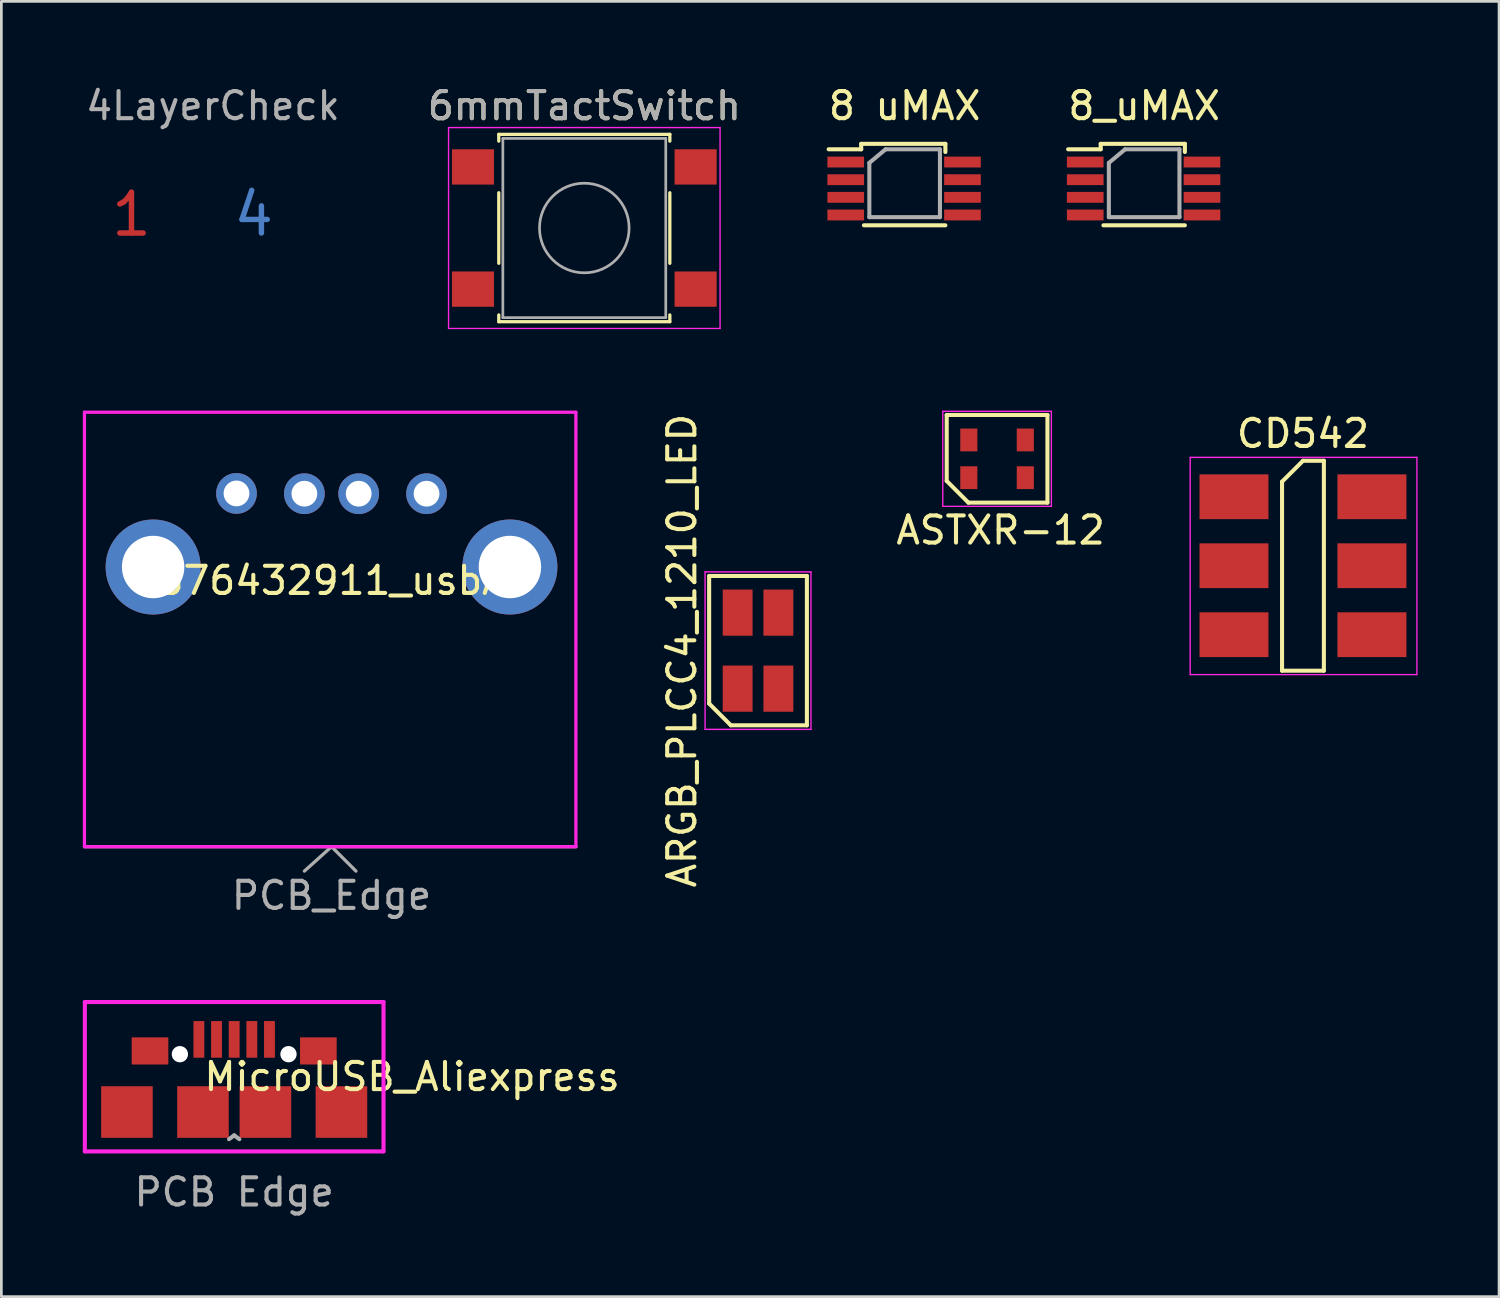
<source format=kicad_pcb>
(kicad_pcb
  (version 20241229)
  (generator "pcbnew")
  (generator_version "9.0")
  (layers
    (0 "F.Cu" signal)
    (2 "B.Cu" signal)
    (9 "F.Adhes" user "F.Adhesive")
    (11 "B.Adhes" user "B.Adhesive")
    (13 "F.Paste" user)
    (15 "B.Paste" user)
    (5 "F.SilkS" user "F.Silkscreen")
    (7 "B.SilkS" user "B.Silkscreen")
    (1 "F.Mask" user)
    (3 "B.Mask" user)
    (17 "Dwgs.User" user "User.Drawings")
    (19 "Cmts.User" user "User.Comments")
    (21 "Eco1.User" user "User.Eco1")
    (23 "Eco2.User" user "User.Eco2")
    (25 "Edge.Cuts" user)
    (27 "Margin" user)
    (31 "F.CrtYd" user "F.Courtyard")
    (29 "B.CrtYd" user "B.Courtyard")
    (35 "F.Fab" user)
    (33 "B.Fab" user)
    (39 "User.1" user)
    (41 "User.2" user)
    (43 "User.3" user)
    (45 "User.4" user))
  (footprint "ASTXR-12"
    (layer "F.Cu")
    (at 33.672 13.848)
    (property "Reference" "ASTXR-12" (at 0.13 2.63 180) (layer "F.SilkS") (effects (font (size 1 1) (thickness 0.15))))
    (attr smd)
    (fp_line (start -1.855 -1.615) (end 1.855 -1.615) (stroke (width 0.15) (type solid)) (layer "F.SilkS"))
    (fp_line (start -1.855 0.815) (end -1.855 -1.615) (stroke (width 0.15) (type solid)) (layer "F.SilkS"))
    (fp_line (start -1.055 1.615) (end -1.855 0.815) (stroke (width 0.15) (type solid)) (layer "F.SilkS"))
    (fp_line (start 1.855 -1.615) (end 1.855 1.615) (stroke (width 0.15) (type solid)) (layer "F.SilkS"))
    (fp_line (start 1.855 1.615) (end -1.055 1.615) (stroke (width 0.15) (type solid)) (layer "F.SilkS"))
    (fp_line (start -2 -1.75) (end 2 -1.75) (stroke (width 0.05) (type solid)) (layer "F.CrtYd"))
    (fp_line (start -2 1.75) (end -2 -1.75) (stroke (width 0.05) (type solid)) (layer "F.CrtYd"))
    (fp_line (start 2 -1.75) (end 2 1.75) (stroke (width 0.05) (type solid)) (layer "F.CrtYd"))
    (fp_line (start 2 1.75) (end -2 1.75) (stroke (width 0.05) (type solid)) (layer "F.CrtYd"))
    (pad "1" smd rect (at -1.04 0.695) (size 0.63 0.84) (layers "F.Cu" "F.Mask" "F.Paste"))
    (pad "3" smd rect (at 1.04 0.695) (size 0.63 0.84) (layers "F.Cu" "F.Mask" "F.Paste"))
    (pad "4" smd rect (at 1.04 -0.695) (size 0.63 0.84) (layers "F.Cu" "F.Mask" "F.Paste"))
    (pad "6" smd rect (at -1.04 -0.695) (size 0.63 0.84) (layers "F.Cu" "F.Mask" "F.Paste")))
  (footprint "6mmTactSwitch"
    (layer "F.Cu")
    (at 18.47 5.348)
    (property "Reference" "6mmTactSwitch" (at 0 -4.5 0) (layer "F.SilkS") (effects (font (size 1 1) (thickness 0.15))))
    (attr smd)
    (fp_line (start -3.15 -3.45) (end 3.15 -3.45) (stroke (width 0.12) (type solid)) (layer "F.SilkS"))
    (fp_line (start -3.15 -3.2) (end -3.15 -3.45) (stroke (width 0.12) (type solid)) (layer "F.SilkS"))
    (fp_line (start -3.15 1.3) (end -3.15 -1.3) (stroke (width 0.12) (type solid)) (layer "F.SilkS"))
    (fp_line (start -3.15 3.45) (end -3.15 3.2) (stroke (width 0.12) (type solid)) (layer "F.SilkS"))
    (fp_line (start 3.15 -3.45) (end 3.15 -3.2) (stroke (width 0.12) (type solid)) (layer "F.SilkS"))
    (fp_line (start 3.15 -1.3) (end 3.15 1.3) (stroke (width 0.12) (type solid)) (layer "F.SilkS"))
    (fp_line (start 3.15 3.2) (end 3.15 3.45) (stroke (width 0.12) (type solid)) (layer "F.SilkS"))
    (fp_line (start 3.15 3.45) (end -3.15 3.45) (stroke (width 0.12) (type solid)) (layer "F.SilkS"))
    (fp_line (start -5 -3.7) (end -5 3.7) (stroke (width 0.05) (type solid)) (layer "F.CrtYd"))
    (fp_line (start -5 3.7) (end 5 3.7) (stroke (width 0.05) (type solid)) (layer "F.CrtYd"))
    (fp_line (start 5 -3.7) (end -5 -3.7) (stroke (width 0.05) (type solid)) (layer "F.CrtYd"))
    (fp_line (start 5 3.7) (end 5 -3.7) (stroke (width 0.05) (type solid)) (layer "F.CrtYd"))
    (fp_line (start -3 -3.3) (end 3 -3.3) (stroke (width 0.1) (type solid)) (layer "F.Fab"))
    (fp_line (start -3 3.3) (end -3 -3.3) (stroke (width 0.1) (type solid)) (layer "F.Fab"))
    (fp_line (start 3 -3.3) (end 3 3.3) (stroke (width 0.1) (type solid)) (layer "F.Fab"))
    (fp_line (start 3 3.3) (end -3 3.3) (stroke (width 0.1) (type solid)) (layer "F.Fab"))
    (fp_circle (center 0 0) (end 1.65 0) (stroke (width 0.1) (type solid)) (fill no) (layer "F.Fab"))
    (fp_text user "${REFERENCE}" (at 0 -4.5 0) (layer "F.Fab") (effects (font (size 1 1) (thickness 0.15))))
    (pad "1" smd rect (at -4.1 -2.25) (size 1.55 1.3) (layers "F.Cu" "F.Mask" "F.Paste"))
    (pad "1" smd rect (at 4.1 -2.25) (size 1.55 1.3) (layers "F.Cu" "F.Mask" "F.Paste"))
    (pad "2" smd rect (at -4.1 2.25) (size 1.55 1.3) (layers "F.Cu" "F.Mask" "F.Paste"))
    (pad "2" smd rect (at 4.1 2.25) (size 1.55 1.3) (layers "F.Cu" "F.Mask" "F.Paste")))
  (footprint "676432911_usbA"
    (layer "F.Cu")
    (at 9.16 17.833)
    (property "Reference" "676432911_usbA" (at 0 0.5 0) (layer "F.SilkS") (effects (font (size 1 1) (thickness 0.15))))
    (attr through_hole)
    (fp_line (start -9.1 -5.7) (end -9.1 10.3) (stroke (width 0.12) (type solid)) (layer "F.CrtYd"))
    (fp_line (start 9 -5.7) (end -9.1 -5.7) (stroke (width 0.12) (type solid)) (layer "F.CrtYd"))
    (fp_line (start 9 10.3) (end -9.1 10.3) (stroke (width 0.12) (type solid)) (layer "F.CrtYd"))
    (fp_line (start 9 10.3) (end 9 -5.7) (stroke (width 0.12) (type solid)) (layer "F.CrtYd"))
    (fp_line (start -9.1 10.3) (end 9 10.3) (stroke (width 0.12) (type solid)) (layer "F.Fab"))
    (fp_line (start 0 10.3) (end -1 11.2) (stroke (width 0.12) (type solid)) (layer "F.Fab"))
    (fp_line (start 0 10.3) (end 0.9 11.2) (stroke (width 0.12) (type solid)) (layer "F.Fab"))
    (fp_text user "PCB_Edge" (at 0 12.1 0) (layer "F.Fab") (effects (font (size 1 1) (thickness 0.15))))
    (pad "1" thru_hole circle (at -3.5 -2.71) (size 1.5 1.5) (drill 0.95) (layers "*.Cu" "*.Mask"))
    (pad "2" thru_hole circle (at -1 -2.7) (size 1.5 1.5) (drill 0.95) (layers "*.Cu" "*.Mask"))
    (pad "3" thru_hole circle (at 1 -2.7) (size 1.5 1.5) (drill 0.95) (layers "*.Cu" "*.Mask"))
    (pad "4" thru_hole circle (at 3.5 -2.7) (size 1.5 1.5) (drill 0.95) (layers "*.Cu" "*.Mask"))
    (pad "5" thru_hole circle (at -6.57 0) (size 3.5 3.5) (drill 2.3) (layers "*.Cu" "*.Mask"))
    (pad "5" thru_hole circle (at 6.57 0) (size 3.5 3.5) (drill 2.3) (layers "*.Cu" "*.Mask")))
  (footprint "ARGB_PLCC4_1210_LED"
    (layer "F.Cu")
    (at 24.868 20.913)
    (property "Reference" "ARGB_PLCC4_1210_LED" (at -2.8 0 90) (layer "F.SilkS") (effects (font (size 1 1) (thickness 0.15))))
    (attr smd)
    (fp_line (start -1.8 -2.75) (end 1.8 -2.75) (stroke (width 0.15) (type solid)) (layer "F.SilkS"))
    (fp_line (start -1.8 1.95) (end -1.8 -2.75) (stroke (width 0.15) (type solid)) (layer "F.SilkS"))
    (fp_line (start -1 2.75) (end -1.8 1.95) (stroke (width 0.15) (type solid)) (layer "F.SilkS"))
    (fp_line (start 1.8 -2.75) (end 1.8 2.75) (stroke (width 0.15) (type solid)) (layer "F.SilkS"))
    (fp_line (start 1.8 2.75) (end -1 2.75) (stroke (width 0.15) (type solid)) (layer "F.SilkS"))
    (fp_line (start -1.95 -2.9) (end 1.95 -2.9) (stroke (width 0.05) (type solid)) (layer "F.CrtYd"))
    (fp_line (start -1.95 2.9) (end -1.95 -2.9) (stroke (width 0.05) (type solid)) (layer "F.CrtYd"))
    (fp_line (start 1.95 -2.9) (end 1.95 2.9) (stroke (width 0.05) (type solid)) (layer "F.CrtYd"))
    (fp_line (start 1.95 2.9) (end -1.95 2.9) (stroke (width 0.05) (type solid)) (layer "F.CrtYd"))
    (pad "1" smd rect (at -0.75 1.4) (size 1.1 1.7) (layers "F.Cu" "F.Mask" "F.Paste"))
    (pad "2" smd rect (at 0.75 1.4) (size 1.1 1.7) (layers "F.Cu" "F.Mask" "F.Paste"))
    (pad "3" smd rect (at 0.75 -1.4) (size 1.1 1.7) (layers "F.Cu" "F.Mask" "F.Paste"))
    (pad "4" smd rect (at -0.75 -1.4) (size 1.1 1.7) (layers "F.Cu" "F.Mask" "F.Paste")))
  (footprint "CD542"
    (layer "F.Cu")
    (at 45.035 17.195)
    (property "Reference" "CD542" (at -0.097 -4.274 0) (layer "F.SilkS") (effects (font (size 1 1) (thickness 0.15))))
    (attr smd)
    (fp_line (start -0.867 -2.504) (end -0.097 -3.274) (stroke (width 0.15) (type solid)) (layer "F.SilkS"))
    (fp_line (start -0.867 4.456) (end -0.867 -2.504) (stroke (width 0.15) (type solid)) (layer "F.SilkS"))
    (fp_line (start -0.097 -3.274) (end 0.673 -3.274) (stroke (width 0.15) (type solid)) (layer "F.SilkS"))
    (fp_line (start 0.673 -3.274) (end 0.673 4.456) (stroke (width 0.15) (type solid)) (layer "F.SilkS"))
    (fp_line (start 0.673 4.456) (end -0.867 4.456) (stroke (width 0.15) (type solid)) (layer "F.SilkS"))
    (fp_line (start -4.25 4.6) (end -4.25 -3.4) (stroke (width 0.05) (type solid)) (layer "F.CrtYd"))
    (fp_line (start 4.1 -3.4) (end -4.25 -3.4) (stroke (width 0.05) (type solid)) (layer "F.CrtYd"))
    (fp_line (start 4.1 -3.4) (end 4.1 4.6) (stroke (width 0.05) (type solid)) (layer "F.CrtYd"))
    (fp_line (start 4.1 4.6) (end -4.25 4.6) (stroke (width 0.05) (type solid)) (layer "F.CrtYd"))
    (pad "1" smd rect (at -2.637 -1.949 270) (size 1.65 2.54) (layers "F.Cu" "F.Mask" "F.Paste"))
    (pad "2" smd rect (at -2.637 0.591 270) (size 1.65 2.54) (layers "F.Cu" "F.Mask" "F.Paste"))
    (pad "3" smd rect (at -2.637 3.131 270) (size 1.65 2.54) (layers "F.Cu" "F.Mask" "F.Paste"))
    (pad "4" smd rect (at 2.443 3.131 270) (size 1.65 2.54) (layers "F.Cu" "F.Mask" "F.Paste"))
    (pad "5" smd rect (at 2.443 0.591 270) (size 1.65 2.54) (layers "F.Cu" "F.Mask" "F.Paste"))
    (pad "6" smd rect (at 2.443 -1.949 270) (size 1.65 2.54) (layers "F.Cu" "F.Mask" "F.Paste")))
  (footprint "MicroUSB_Aliexpress"
    (layer "F.Cu")
    (at 5.575 39.356)
    (property "Reference" "MicroUSB_Aliexpress" (at 6.55 -2.75 0) (layer "F.SilkS") (effects (font (size 1 1) (thickness 0.15))))
    (attr through_hole)
    (fp_line (start -5.5 -5.5) (end 5.5 -5.5) (stroke (width 0.15) (type solid)) (layer "F.CrtYd"))
    (fp_line (start -5.5 0) (end -5.5 -5.5) (stroke (width 0.15) (type solid)) (layer "F.CrtYd"))
    (fp_line (start -5.5 0) (end 5.5 0) (stroke (width 0.15) (type solid)) (layer "F.CrtYd"))
    (fp_line (start 5.5 0) (end 5.5 -5.5) (stroke (width 0.15) (type solid)) (layer "F.CrtYd"))
    (fp_text user "PCB Edge" (at 0 1.5 0) (layer "F.Fab") (effects (font (size 1 1) (thickness 0.15))))
    (fp_text user "^" (at 0 0 180) (layer "F.Fab") (effects (font (size 1 1) (thickness 0.15))))
    (pad "" np_thru_hole circle (at -2 -3.58) (size 0.6 0.6) (drill 0.6) (layers "*.Cu" "*.Mask"))
    (pad "" np_thru_hole circle (at 2 -3.58) (size 0.6 0.6) (drill 0.6) (layers "*.Mask" "F.Cu"))
    (pad "1" smd rect (at -1.3 -4.125) (size 0.4 1.35) (layers "F.Cu" "F.Mask" "F.Paste"))
    (pad "2" smd rect (at -0.65 -4.125) (size 0.4 1.35) (layers "F.Cu" "F.Mask" "F.Paste"))
    (pad "3" smd rect (at 0 -4.125) (size 0.4 1.35) (layers "F.Cu" "F.Mask" "F.Paste"))
    (pad "4" smd rect (at 0.65 -4.125) (size 0.4 1.35) (layers "F.Cu" "F.Mask" "F.Paste"))
    (pad "5" smd rect (at 1.3 -4.125) (size 0.4 1.35) (layers "F.Cu" "F.Mask" "F.Paste"))
    (pad "6" smd rect (at -3.95 -1.45) (size 1.9 1.9) (layers "F.Cu" "F.Mask" "F.Paste"))
    (pad "6" smd rect (at -3.1 -3.7) (size 1.35 1) (layers "F.Cu" "F.Mask" "F.Paste"))
    (pad "6" smd rect (at -1.15 -1.45) (size 1.9 1.9) (layers "F.Cu" "F.Mask" "F.Paste"))
    (pad "6" smd rect (at 1.15 -1.45) (size 1.9 1.9) (layers "F.Cu" "F.Mask" "F.Paste"))
    (pad "6" smd rect (at 3.1 -3.7) (size 1.35 1) (layers "F.Cu" "F.Mask" "F.Paste"))
    (pad "6" smd rect (at 3.95 -1.45) (size 1.9 1.9) (layers "F.Cu" "F.Mask" "F.Paste")))
  (footprint "4LayerCheck"
    (layer "F.Cu")
    (at 4.292 4.848)
    (property "Reference" "4LayerCheck" (at 0.5 -4 0) (layer "F.Fab") (effects (font (size 1 1) (thickness 0.15))))
    (attr through_hole)
    (fp_poly (pts (xy -3.25 -1.25) (xy 2.75 -1.25) (xy 2.75 1) (xy -3.25 1)) (stroke (width 0.15) (type solid)) (fill yes) (layer "F.Mask"))
    (fp_poly (pts (xy -3.25 -1.25) (xy 2.75 -1.25) (xy 2.75 1) (xy -3.25 1)) (stroke (width 0.15) (type solid)) (fill yes) (layer "B.Mask"))
    (fp_text user "1" (at -2.5 0 0) (layer "F.Cu") (effects (font (size 1.5 1.5) (thickness 0.2))))
    (fp_text user "4" (at 2 0 0) (layer "B.Cu") (effects (font (size 1.5 1.5) (thickness 0.2))))
    (fp_text user "2" (at -1 0 0) (layer "In1.Cu") (effects (font (size 1.5 1.5) (thickness 0.2))))
    (fp_text user "3" (at 0.5 0 0) (layer "In2.Cu") (effects (font (size 1.5 1.5) (thickness 0.2)))))
  (footprint "8 uMAX"
    (layer "F.Cu")
    (at 30.268 3.848)
    (property "Reference" "8 uMAX" (at 0 -3 0) (layer "F.SilkS") (effects (font (size 1 1) (thickness 0.15))))
    (attr through_hole)
    (fp_line (start -1.6 -1.6) (end -1.6 -1.4) (stroke (width 0.15) (type solid)) (layer "F.SilkS"))
    (fp_line (start -1.6 -1.4) (end -2.8 -1.4) (stroke (width 0.15) (type solid)) (layer "F.SilkS"))
    (fp_line (start 1.5 -1.6) (end -1.6 -1.6) (stroke (width 0.15) (type solid)) (layer "F.SilkS"))
    (fp_line (start 1.5 -1.3) (end 1.5 -1.6) (stroke (width 0.15) (type solid)) (layer "F.SilkS"))
    (fp_line (start 1.5 1.4) (end -1.5 1.4) (stroke (width 0.15) (type solid)) (layer "F.SilkS"))
    (fp_line (start -1.3 -0.9) (end -1.3 1.1) (stroke (width 0.15) (type solid)) (layer "F.Fab"))
    (fp_line (start -1.3 1.1) (end 1.3 1.1) (stroke (width 0.15) (type solid)) (layer "F.Fab"))
    (fp_line (start -0.7 -1.4) (end -1.3 -0.9) (stroke (width 0.15) (type solid)) (layer "F.Fab"))
    (fp_line (start 1.3 -1.4) (end -0.7 -1.4) (stroke (width 0.15) (type solid)) (layer "F.Fab"))
    (fp_line (start 1.3 1.1) (end 1.3 -1.4) (stroke (width 0.15) (type solid)) (layer "F.Fab"))
    (pad "1" smd rect (at -2.17 -0.93) (size 1.35 0.4) (layers "F.Cu" "F.Mask" "F.Paste"))
    (pad "2" smd rect (at -2.17 -0.28) (size 1.35 0.4) (layers "F.Cu" "F.Mask" "F.Paste"))
    (pad "3" smd rect (at -2.17 0.37) (size 1.35 0.4) (layers "F.Cu" "F.Mask" "F.Paste"))
    (pad "4" smd rect (at -2.17 1.02) (size 1.35 0.4) (layers "F.Cu" "F.Mask" "F.Paste"))
    (pad "5" smd rect (at 2.13 1.02) (size 1.35 0.4) (layers "F.Cu" "F.Mask" "F.Paste"))
    (pad "6" smd rect (at 2.13 0.37) (size 1.35 0.4) (layers "F.Cu" "F.Mask" "F.Paste"))
    (pad "7" smd rect (at 2.13 -0.28) (size 1.35 0.4) (layers "F.Cu" "F.Mask" "F.Paste"))
    (pad "8" smd rect (at 2.13 -0.93) (size 1.35 0.4) (layers "F.Cu" "F.Mask" "F.Paste")))
  (footprint "8_uMAX"
    (layer "F.Cu")
    (at 39.089 3.848)
    (property "Reference" "8_uMAX" (at 0 -3 0) (layer "F.SilkS") (effects (font (size 1 1) (thickness 0.15))))
    (attr through_hole)
    (fp_line (start -1.6 -1.6) (end -1.6 -1.4) (stroke (width 0.15) (type solid)) (layer "F.SilkS"))
    (fp_line (start -1.6 -1.4) (end -2.8 -1.4) (stroke (width 0.15) (type solid)) (layer "F.SilkS"))
    (fp_line (start 1.5 -1.6) (end -1.6 -1.6) (stroke (width 0.15) (type solid)) (layer "F.SilkS"))
    (fp_line (start 1.5 -1.3) (end 1.5 -1.6) (stroke (width 0.15) (type solid)) (layer "F.SilkS"))
    (fp_line (start 1.5 1.4) (end -1.5 1.4) (stroke (width 0.15) (type solid)) (layer "F.SilkS"))
    (fp_line (start -1.3 -0.9) (end -1.3 1.1) (stroke (width 0.15) (type solid)) (layer "F.Fab"))
    (fp_line (start -1.3 1.1) (end 1.3 1.1) (stroke (width 0.15) (type solid)) (layer "F.Fab"))
    (fp_line (start -0.7 -1.4) (end -1.3 -0.9) (stroke (width 0.15) (type solid)) (layer "F.Fab"))
    (fp_line (start 1.3 -1.4) (end -0.7 -1.4) (stroke (width 0.15) (type solid)) (layer "F.Fab"))
    (fp_line (start 1.3 1.1) (end 1.3 -1.4) (stroke (width 0.15) (type solid)) (layer "F.Fab"))
    (pad "1" smd rect (at -2.17 -0.93) (size 1.35 0.4) (layers "F.Cu" "F.Mask" "F.Paste"))
    (pad "2" smd rect (at -2.17 -0.28) (size 1.35 0.4) (layers "F.Cu" "F.Mask" "F.Paste"))
    (pad "3" smd rect (at -2.17 0.37) (size 1.35 0.4) (layers "F.Cu" "F.Mask" "F.Paste"))
    (pad "4" smd rect (at -2.17 1.02) (size 1.35 0.4) (layers "F.Cu" "F.Mask" "F.Paste"))
    (pad "5" smd rect (at 2.13 1.02) (size 1.35 0.4) (layers "F.Cu" "F.Mask" "F.Paste"))
    (pad "6" smd rect (at 2.13 0.37) (size 1.35 0.4) (layers "F.Cu" "F.Mask" "F.Paste"))
    (pad "7" smd rect (at 2.13 -0.28) (size 1.35 0.4) (layers "F.Cu" "F.Mask" "F.Paste"))
    (pad "8" smd rect (at 2.13 -0.93) (size 1.35 0.4) (layers "F.Cu" "F.Mask" "F.Paste")))
  (gr_rect
    (start -3 -3)
    (end 52.16 44.705)
    (stroke (width 0.1) (type default))
    (fill no)
    (layer "Edge.Cuts")))
</source>
